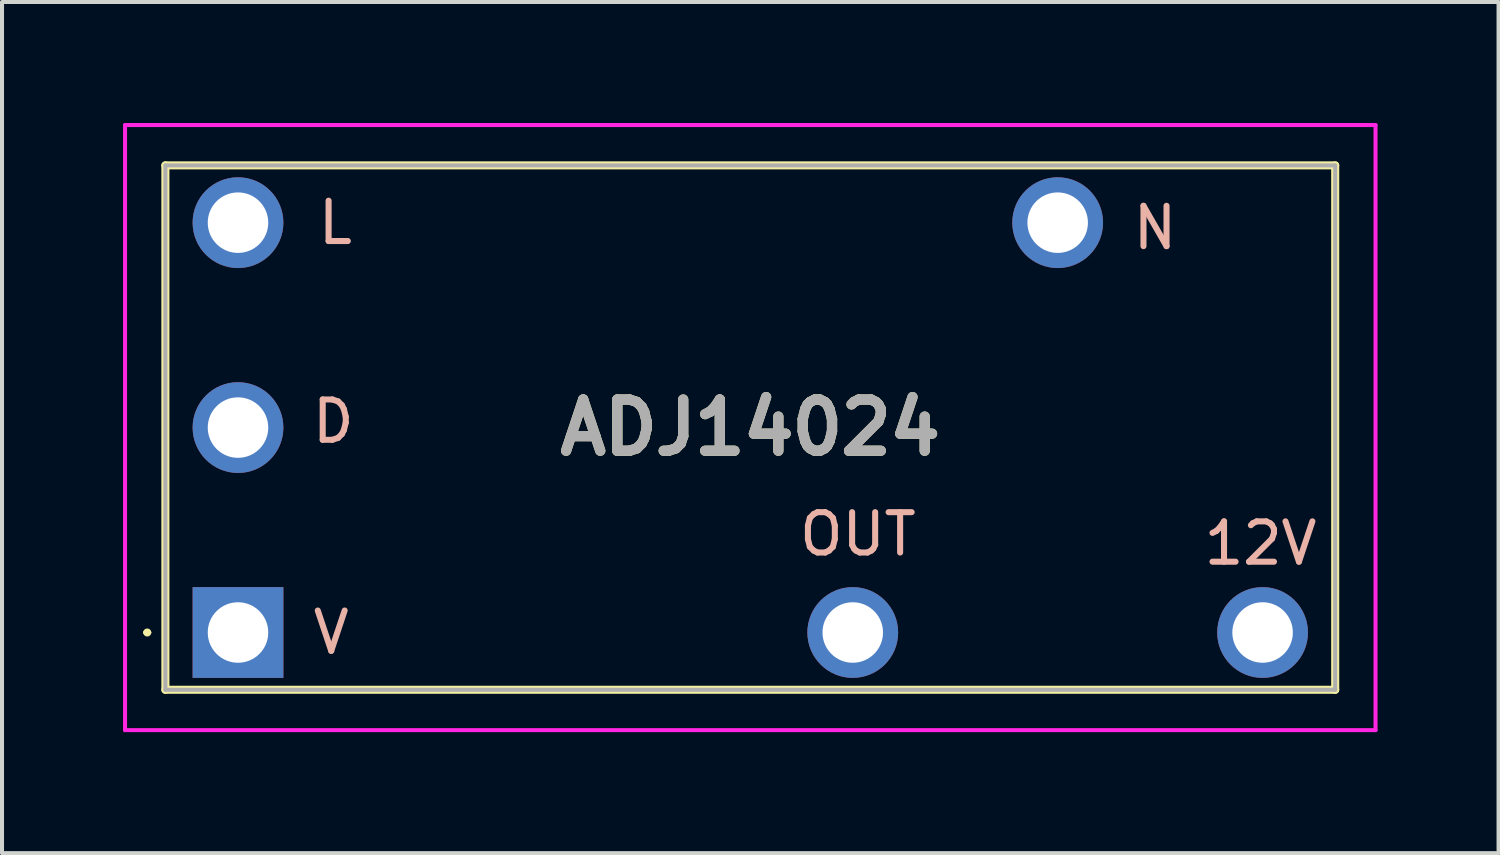
<source format=kicad_pcb>
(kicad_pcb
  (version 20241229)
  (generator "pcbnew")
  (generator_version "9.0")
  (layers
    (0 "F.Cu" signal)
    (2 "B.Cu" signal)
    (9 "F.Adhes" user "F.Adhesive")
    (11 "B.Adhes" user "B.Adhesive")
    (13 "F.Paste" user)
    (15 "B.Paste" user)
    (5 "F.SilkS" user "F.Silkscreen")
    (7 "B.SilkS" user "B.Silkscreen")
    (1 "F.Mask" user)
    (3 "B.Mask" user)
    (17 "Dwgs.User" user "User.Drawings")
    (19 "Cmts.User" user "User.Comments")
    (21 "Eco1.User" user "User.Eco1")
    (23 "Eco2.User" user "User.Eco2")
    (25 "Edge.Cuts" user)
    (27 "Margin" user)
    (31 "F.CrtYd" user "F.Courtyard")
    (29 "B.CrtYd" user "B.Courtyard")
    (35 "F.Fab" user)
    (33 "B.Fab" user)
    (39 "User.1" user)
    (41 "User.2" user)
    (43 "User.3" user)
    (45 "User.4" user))
  (footprint "ADJ14024"
    (layer "F.Cu")
    (at 2.85 12.63)
    (property "Reference" "ADJ14024" (at 12.7 -5.08 0) (layer "F.SilkS") (effects (font (size 1.27 1.27) (thickness 0.254))))
    (attr through_hole)
    (fp_line (start -2.3 0) (end -2.3 0) (stroke (width 0.1) (type solid)) (layer "F.SilkS"))
    (fp_line (start -2.2 0) (end -2.2 0) (stroke (width 0.1) (type solid)) (layer "F.SilkS"))
    (fp_line (start -1.8 -11.58) (end -1.8 1.42) (stroke (width 0.2) (type solid)) (layer "F.SilkS"))
    (fp_line (start -1.8 1.42) (end 27.2 1.42) (stroke (width 0.2) (type solid)) (layer "F.SilkS"))
    (fp_line (start 27.2 -11.58) (end -1.8 -11.58) (stroke (width 0.2) (type solid)) (layer "F.SilkS"))
    (fp_line (start 27.2 1.42) (end 27.2 -11.58) (stroke (width 0.2) (type solid)) (layer "F.SilkS"))
    (fp_arc (start -2.3 0) (mid -2.25 -0.05) (end -2.2 0) (stroke (width 0.1) (type solid)) (layer "F.SilkS"))
    (fp_arc (start -2.2 0) (mid -2.25 0.05) (end -2.3 0) (stroke (width 0.1) (type solid)) (layer "F.SilkS"))
    (fp_line (start -2.8 -12.58) (end -2.8 2.42) (stroke (width 0.1) (type solid)) (layer "F.CrtYd"))
    (fp_line (start -2.8 2.42) (end 28.2 2.42) (stroke (width 0.1) (type solid)) (layer "F.CrtYd"))
    (fp_line (start 28.2 -12.58) (end -2.8 -12.58) (stroke (width 0.1) (type solid)) (layer "F.CrtYd"))
    (fp_line (start 28.2 2.42) (end 28.2 -12.58) (stroke (width 0.1) (type solid)) (layer "F.CrtYd"))
    (fp_line (start -1.8 -11.58) (end -1.8 1.42) (stroke (width 0.1) (type solid)) (layer "F.Fab"))
    (fp_line (start -1.8 1.42) (end 27.2 1.42) (stroke (width 0.1) (type solid)) (layer "F.Fab"))
    (fp_line (start 27.2 -11.58) (end -1.8 -11.58) (stroke (width 0.1) (type solid)) (layer "F.Fab"))
    (fp_line (start 27.2 1.42) (end 27.2 -11.58) (stroke (width 0.1) (type solid)) (layer "F.Fab"))
    (fp_text user "OUT" (at 15.367 -2.438 0) (unlocked yes) (layer "B.SilkS") (effects (font (size 1 1) (thickness 0.15))))
    (fp_text user "L" (at 2.413 -10.16 0) (unlocked yes) (layer "B.SilkS") (effects (font (size 1 1) (thickness 0.15))))
    (fp_text user "N" (at 22.733 -10.033 0) (unlocked yes) (layer "B.SilkS") (effects (font (size 1 1) (thickness 0.15))))
    (fp_text user "12V" (at 25.349 -2.21 0) (unlocked yes) (layer "B.SilkS") (effects (font (size 1 1) (thickness 0.15))))
    (fp_text user "D" (at 2.362 -5.232 0) (unlocked yes) (layer "B.SilkS") (effects (font (size 1 1) (thickness 0.15))))
    (fp_text user "V" (at 2.311 0 0) (unlocked yes) (layer "B.SilkS") (effects (font (size 1 1) (thickness 0.15))))
    (fp_text user "${REFERENCE}" (at 12.7 -5.08 0) (layer "F.Fab") (effects (font (size 1.27 1.27) (thickness 0.254))))
    (pad "1" thru_hole rect (at 0 0) (size 2.25 2.25) (drill 1.5) (layers "*.Cu" "*.Mask"))
    (pad "2" thru_hole circle (at 15.24 0) (size 2.25 2.25) (drill 1.5) (layers "*.Cu" "*.Mask"))
    (pad "4" thru_hole circle (at 25.4 0) (size 2.25 2.25) (drill 1.5) (layers "*.Cu" "*.Mask"))
    (pad "6" thru_hole circle (at 20.32 -10.16) (size 2.25 2.25) (drill 1.5) (layers "*.Cu" "*.Mask"))
    (pad "8" thru_hole circle (at 0 -10.16) (size 2.25 2.25) (drill 1.5) (layers "*.Cu" "*.Mask"))
    (pad "9" thru_hole circle (at 0 -5.08) (size 2.25 2.25) (drill 1.5) (layers "*.Cu" "*.Mask")))
  (gr_rect
    (start -3 -3)
    (end 34.1 18.1)
    (stroke (width 0.1) (type default))
    (fill no)
    (layer "Edge.Cuts")))
</source>
